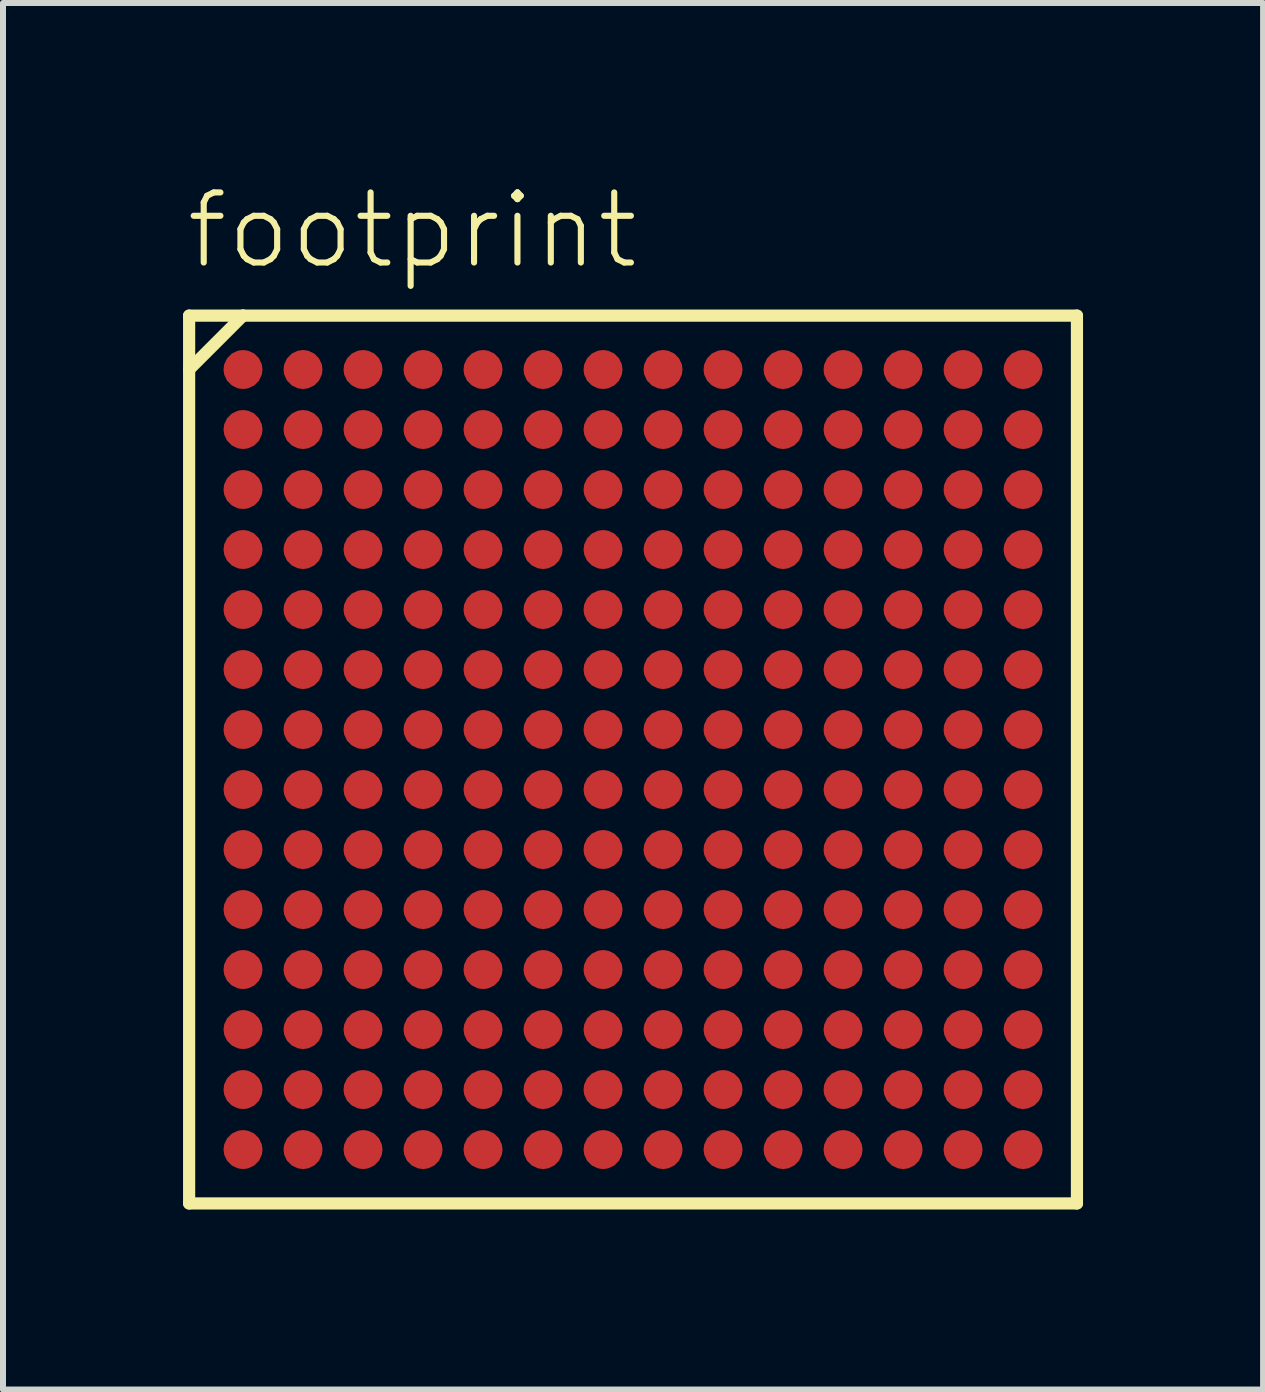
<source format=kicad_pcb>
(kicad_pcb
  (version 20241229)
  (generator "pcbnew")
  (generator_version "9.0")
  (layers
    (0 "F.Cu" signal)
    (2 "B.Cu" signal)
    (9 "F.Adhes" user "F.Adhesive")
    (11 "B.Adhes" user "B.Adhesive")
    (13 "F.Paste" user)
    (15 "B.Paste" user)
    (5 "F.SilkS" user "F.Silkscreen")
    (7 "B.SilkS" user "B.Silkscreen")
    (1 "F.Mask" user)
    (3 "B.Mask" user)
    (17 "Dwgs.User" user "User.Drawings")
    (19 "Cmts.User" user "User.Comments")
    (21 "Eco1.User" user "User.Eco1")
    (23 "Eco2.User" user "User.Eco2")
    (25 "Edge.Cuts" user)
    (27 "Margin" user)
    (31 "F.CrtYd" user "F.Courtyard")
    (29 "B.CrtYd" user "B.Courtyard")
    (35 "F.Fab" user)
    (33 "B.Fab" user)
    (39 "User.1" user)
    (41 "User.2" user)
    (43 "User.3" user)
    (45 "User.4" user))
  (footprint "footprint"
    (layer "F.Cu")
    (at 7.5 9.608)
    (property "Reference" "footprint" (at -7.5 -8.135 0) (layer "F.SilkS") (effects (font (size 1.168 1.168) (thickness 0.102)) (justify left bottom)))
    (fp_circle (center -6.5 -6.5) (end -6.338 -6.5) (stroke (width 0.325) (type solid)) (fill yes) (layer "F.Mask"))
    (fp_circle (center -6.5 -5.5) (end -6.338 -5.5) (stroke (width 0.325) (type solid)) (fill yes) (layer "F.Mask"))
    (fp_circle (center -6.5 -4.5) (end -6.338 -4.5) (stroke (width 0.325) (type solid)) (fill yes) (layer "F.Mask"))
    (fp_circle (center -6.5 -3.5) (end -6.338 -3.5) (stroke (width 0.325) (type solid)) (fill yes) (layer "F.Mask"))
    (fp_circle (center -6.5 -2.5) (end -6.338 -2.5) (stroke (width 0.325) (type solid)) (fill yes) (layer "F.Mask"))
    (fp_circle (center -6.5 -1.5) (end -6.338 -1.5) (stroke (width 0.325) (type solid)) (fill yes) (layer "F.Mask"))
    (fp_circle (center -6.5 -0.5) (end -6.338 -0.5) (stroke (width 0.325) (type solid)) (fill yes) (layer "F.Mask"))
    (fp_circle (center -6.5 0.5) (end -6.338 0.5) (stroke (width 0.325) (type solid)) (fill yes) (layer "F.Mask"))
    (fp_circle (center -6.5 1.5) (end -6.338 1.5) (stroke (width 0.325) (type solid)) (fill yes) (layer "F.Mask"))
    (fp_circle (center -6.5 2.5) (end -6.338 2.5) (stroke (width 0.325) (type solid)) (fill yes) (layer "F.Mask"))
    (fp_circle (center -6.5 3.5) (end -6.338 3.5) (stroke (width 0.325) (type solid)) (fill yes) (layer "F.Mask"))
    (fp_circle (center -6.5 4.5) (end -6.338 4.5) (stroke (width 0.325) (type solid)) (fill yes) (layer "F.Mask"))
    (fp_circle (center -6.5 5.5) (end -6.338 5.5) (stroke (width 0.325) (type solid)) (fill yes) (layer "F.Mask"))
    (fp_circle (center -6.5 6.5) (end -6.338 6.5) (stroke (width 0.325) (type solid)) (fill yes) (layer "F.Mask"))
    (fp_circle (center -5.5 -6.5) (end -5.338 -6.5) (stroke (width 0.325) (type solid)) (fill yes) (layer "F.Mask"))
    (fp_circle (center -5.5 -5.5) (end -5.338 -5.5) (stroke (width 0.325) (type solid)) (fill yes) (layer "F.Mask"))
    (fp_circle (center -5.5 -4.5) (end -5.338 -4.5) (stroke (width 0.325) (type solid)) (fill yes) (layer "F.Mask"))
    (fp_circle (center -5.5 -3.5) (end -5.338 -3.5) (stroke (width 0.325) (type solid)) (fill yes) (layer "F.Mask"))
    (fp_circle (center -5.5 -2.5) (end -5.338 -2.5) (stroke (width 0.325) (type solid)) (fill yes) (layer "F.Mask"))
    (fp_circle (center -5.5 -1.5) (end -5.338 -1.5) (stroke (width 0.325) (type solid)) (fill yes) (layer "F.Mask"))
    (fp_circle (center -5.5 -0.5) (end -5.338 -0.5) (stroke (width 0.325) (type solid)) (fill yes) (layer "F.Mask"))
    (fp_circle (center -5.5 0.5) (end -5.338 0.5) (stroke (width 0.325) (type solid)) (fill yes) (layer "F.Mask"))
    (fp_circle (center -5.5 1.5) (end -5.338 1.5) (stroke (width 0.325) (type solid)) (fill yes) (layer "F.Mask"))
    (fp_circle (center -5.5 2.5) (end -5.338 2.5) (stroke (width 0.325) (type solid)) (fill yes) (layer "F.Mask"))
    (fp_circle (center -5.5 3.5) (end -5.338 3.5) (stroke (width 0.325) (type solid)) (fill yes) (layer "F.Mask"))
    (fp_circle (center -5.5 4.5) (end -5.338 4.5) (stroke (width 0.325) (type solid)) (fill yes) (layer "F.Mask"))
    (fp_circle (center -5.5 5.5) (end -5.338 5.5) (stroke (width 0.325) (type solid)) (fill yes) (layer "F.Mask"))
    (fp_circle (center -5.5 6.5) (end -5.338 6.5) (stroke (width 0.325) (type solid)) (fill yes) (layer "F.Mask"))
    (fp_circle (center -4.5 -6.5) (end -4.338 -6.5) (stroke (width 0.325) (type solid)) (fill yes) (layer "F.Mask"))
    (fp_circle (center -4.5 -5.5) (end -4.338 -5.5) (stroke (width 0.325) (type solid)) (fill yes) (layer "F.Mask"))
    (fp_circle (center -4.5 -4.5) (end -4.338 -4.5) (stroke (width 0.325) (type solid)) (fill yes) (layer "F.Mask"))
    (fp_circle (center -4.5 -3.5) (end -4.338 -3.5) (stroke (width 0.325) (type solid)) (fill yes) (layer "F.Mask"))
    (fp_circle (center -4.5 -2.5) (end -4.338 -2.5) (stroke (width 0.325) (type solid)) (fill yes) (layer "F.Mask"))
    (fp_circle (center -4.5 -1.5) (end -4.338 -1.5) (stroke (width 0.325) (type solid)) (fill yes) (layer "F.Mask"))
    (fp_circle (center -4.5 -0.5) (end -4.338 -0.5) (stroke (width 0.325) (type solid)) (fill yes) (layer "F.Mask"))
    (fp_circle (center -4.5 0.5) (end -4.338 0.5) (stroke (width 0.325) (type solid)) (fill yes) (layer "F.Mask"))
    (fp_circle (center -4.5 1.5) (end -4.338 1.5) (stroke (width 0.325) (type solid)) (fill yes) (layer "F.Mask"))
    (fp_circle (center -4.5 2.5) (end -4.338 2.5) (stroke (width 0.325) (type solid)) (fill yes) (layer "F.Mask"))
    (fp_circle (center -4.5 3.5) (end -4.338 3.5) (stroke (width 0.325) (type solid)) (fill yes) (layer "F.Mask"))
    (fp_circle (center -4.5 4.5) (end -4.338 4.5) (stroke (width 0.325) (type solid)) (fill yes) (layer "F.Mask"))
    (fp_circle (center -4.5 5.5) (end -4.338 5.5) (stroke (width 0.325) (type solid)) (fill yes) (layer "F.Mask"))
    (fp_circle (center -4.5 6.5) (end -4.338 6.5) (stroke (width 0.325) (type solid)) (fill yes) (layer "F.Mask"))
    (fp_circle (center -3.5 -6.5) (end -3.337 -6.5) (stroke (width 0.325) (type solid)) (fill yes) (layer "F.Mask"))
    (fp_circle (center -3.5 -5.5) (end -3.337 -5.5) (stroke (width 0.325) (type solid)) (fill yes) (layer "F.Mask"))
    (fp_circle (center -3.5 -4.5) (end -3.337 -4.5) (stroke (width 0.325) (type solid)) (fill yes) (layer "F.Mask"))
    (fp_circle (center -3.5 -3.5) (end -3.337 -3.5) (stroke (width 0.325) (type solid)) (fill yes) (layer "F.Mask"))
    (fp_circle (center -3.5 -2.5) (end -3.337 -2.5) (stroke (width 0.325) (type solid)) (fill yes) (layer "F.Mask"))
    (fp_circle (center -3.5 -1.5) (end -3.337 -1.5) (stroke (width 0.325) (type solid)) (fill yes) (layer "F.Mask"))
    (fp_circle (center -3.5 -0.5) (end -3.337 -0.5) (stroke (width 0.325) (type solid)) (fill yes) (layer "F.Mask"))
    (fp_circle (center -3.5 0.5) (end -3.337 0.5) (stroke (width 0.325) (type solid)) (fill yes) (layer "F.Mask"))
    (fp_circle (center -3.5 1.5) (end -3.337 1.5) (stroke (width 0.325) (type solid)) (fill yes) (layer "F.Mask"))
    (fp_circle (center -3.5 2.5) (end -3.337 2.5) (stroke (width 0.325) (type solid)) (fill yes) (layer "F.Mask"))
    (fp_circle (center -3.5 3.5) (end -3.337 3.5) (stroke (width 0.325) (type solid)) (fill yes) (layer "F.Mask"))
    (fp_circle (center -3.5 4.5) (end -3.337 4.5) (stroke (width 0.325) (type solid)) (fill yes) (layer "F.Mask"))
    (fp_circle (center -3.5 5.5) (end -3.337 5.5) (stroke (width 0.325) (type solid)) (fill yes) (layer "F.Mask"))
    (fp_circle (center -3.5 6.5) (end -3.337 6.5) (stroke (width 0.325) (type solid)) (fill yes) (layer "F.Mask"))
    (fp_circle (center -2.5 -6.5) (end -2.337 -6.5) (stroke (width 0.325) (type solid)) (fill yes) (layer "F.Mask"))
    (fp_circle (center -2.5 -5.5) (end -2.337 -5.5) (stroke (width 0.325) (type solid)) (fill yes) (layer "F.Mask"))
    (fp_circle (center -2.5 -4.5) (end -2.337 -4.5) (stroke (width 0.325) (type solid)) (fill yes) (layer "F.Mask"))
    (fp_circle (center -2.5 -3.5) (end -2.337 -3.5) (stroke (width 0.325) (type solid)) (fill yes) (layer "F.Mask"))
    (fp_circle (center -2.5 -2.5) (end -2.337 -2.5) (stroke (width 0.325) (type solid)) (fill yes) (layer "F.Mask"))
    (fp_circle (center -2.5 -1.5) (end -2.337 -1.5) (stroke (width 0.325) (type solid)) (fill yes) (layer "F.Mask"))
    (fp_circle (center -2.5 -0.5) (end -2.337 -0.5) (stroke (width 0.325) (type solid)) (fill yes) (layer "F.Mask"))
    (fp_circle (center -2.5 0.5) (end -2.337 0.5) (stroke (width 0.325) (type solid)) (fill yes) (layer "F.Mask"))
    (fp_circle (center -2.5 1.5) (end -2.337 1.5) (stroke (width 0.325) (type solid)) (fill yes) (layer "F.Mask"))
    (fp_circle (center -2.5 2.5) (end -2.337 2.5) (stroke (width 0.325) (type solid)) (fill yes) (layer "F.Mask"))
    (fp_circle (center -2.5 3.5) (end -2.337 3.5) (stroke (width 0.325) (type solid)) (fill yes) (layer "F.Mask"))
    (fp_circle (center -2.5 4.5) (end -2.337 4.5) (stroke (width 0.325) (type solid)) (fill yes) (layer "F.Mask"))
    (fp_circle (center -2.5 5.5) (end -2.337 5.5) (stroke (width 0.325) (type solid)) (fill yes) (layer "F.Mask"))
    (fp_circle (center -2.5 6.5) (end -2.337 6.5) (stroke (width 0.325) (type solid)) (fill yes) (layer "F.Mask"))
    (fp_circle (center -1.5 -6.5) (end -1.337 -6.5) (stroke (width 0.325) (type solid)) (fill yes) (layer "F.Mask"))
    (fp_circle (center -1.5 -5.5) (end -1.337 -5.5) (stroke (width 0.325) (type solid)) (fill yes) (layer "F.Mask"))
    (fp_circle (center -1.5 -4.5) (end -1.337 -4.5) (stroke (width 0.325) (type solid)) (fill yes) (layer "F.Mask"))
    (fp_circle (center -1.5 -3.5) (end -1.337 -3.5) (stroke (width 0.325) (type solid)) (fill yes) (layer "F.Mask"))
    (fp_circle (center -1.5 -2.5) (end -1.337 -2.5) (stroke (width 0.325) (type solid)) (fill yes) (layer "F.Mask"))
    (fp_circle (center -1.5 -1.5) (end -1.337 -1.5) (stroke (width 0.325) (type solid)) (fill yes) (layer "F.Mask"))
    (fp_circle (center -1.5 -0.5) (end -1.337 -0.5) (stroke (width 0.325) (type solid)) (fill yes) (layer "F.Mask"))
    (fp_circle (center -1.5 0.5) (end -1.337 0.5) (stroke (width 0.325) (type solid)) (fill yes) (layer "F.Mask"))
    (fp_circle (center -1.5 1.5) (end -1.337 1.5) (stroke (width 0.325) (type solid)) (fill yes) (layer "F.Mask"))
    (fp_circle (center -1.5 2.5) (end -1.337 2.5) (stroke (width 0.325) (type solid)) (fill yes) (layer "F.Mask"))
    (fp_circle (center -1.5 3.5) (end -1.337 3.5) (stroke (width 0.325) (type solid)) (fill yes) (layer "F.Mask"))
    (fp_circle (center -1.5 4.5) (end -1.337 4.5) (stroke (width 0.325) (type solid)) (fill yes) (layer "F.Mask"))
    (fp_circle (center -1.5 5.5) (end -1.337 5.5) (stroke (width 0.325) (type solid)) (fill yes) (layer "F.Mask"))
    (fp_circle (center -1.5 6.5) (end -1.337 6.5) (stroke (width 0.325) (type solid)) (fill yes) (layer "F.Mask"))
    (fp_circle (center -0.5 -6.5) (end -0.338 -6.5) (stroke (width 0.325) (type solid)) (fill yes) (layer "F.Mask"))
    (fp_circle (center -0.5 -5.5) (end -0.338 -5.5) (stroke (width 0.325) (type solid)) (fill yes) (layer "F.Mask"))
    (fp_circle (center -0.5 -4.5) (end -0.338 -4.5) (stroke (width 0.325) (type solid)) (fill yes) (layer "F.Mask"))
    (fp_circle (center -0.5 -3.5) (end -0.338 -3.5) (stroke (width 0.325) (type solid)) (fill yes) (layer "F.Mask"))
    (fp_circle (center -0.5 -2.5) (end -0.338 -2.5) (stroke (width 0.325) (type solid)) (fill yes) (layer "F.Mask"))
    (fp_circle (center -0.5 -1.5) (end -0.338 -1.5) (stroke (width 0.325) (type solid)) (fill yes) (layer "F.Mask"))
    (fp_circle (center -0.5 -0.5) (end -0.338 -0.5) (stroke (width 0.325) (type solid)) (fill yes) (layer "F.Mask"))
    (fp_circle (center -0.5 0.5) (end -0.338 0.5) (stroke (width 0.325) (type solid)) (fill yes) (layer "F.Mask"))
    (fp_circle (center -0.5 1.5) (end -0.338 1.5) (stroke (width 0.325) (type solid)) (fill yes) (layer "F.Mask"))
    (fp_circle (center -0.5 2.5) (end -0.338 2.5) (stroke (width 0.325) (type solid)) (fill yes) (layer "F.Mask"))
    (fp_circle (center -0.5 3.5) (end -0.338 3.5) (stroke (width 0.325) (type solid)) (fill yes) (layer "F.Mask"))
    (fp_circle (center -0.5 4.5) (end -0.338 4.5) (stroke (width 0.325) (type solid)) (fill yes) (layer "F.Mask"))
    (fp_circle (center -0.5 5.5) (end -0.338 5.5) (stroke (width 0.325) (type solid)) (fill yes) (layer "F.Mask"))
    (fp_circle (center -0.5 6.5) (end -0.338 6.5) (stroke (width 0.325) (type solid)) (fill yes) (layer "F.Mask"))
    (fp_circle (center 0.5 -6.5) (end 0.662 -6.5) (stroke (width 0.325) (type solid)) (fill yes) (layer "F.Mask"))
    (fp_circle (center 0.5 -5.5) (end 0.662 -5.5) (stroke (width 0.325) (type solid)) (fill yes) (layer "F.Mask"))
    (fp_circle (center 0.5 -4.5) (end 0.662 -4.5) (stroke (width 0.325) (type solid)) (fill yes) (layer "F.Mask"))
    (fp_circle (center 0.5 -3.5) (end 0.662 -3.5) (stroke (width 0.325) (type solid)) (fill yes) (layer "F.Mask"))
    (fp_circle (center 0.5 -2.5) (end 0.662 -2.5) (stroke (width 0.325) (type solid)) (fill yes) (layer "F.Mask"))
    (fp_circle (center 0.5 -1.5) (end 0.662 -1.5) (stroke (width 0.325) (type solid)) (fill yes) (layer "F.Mask"))
    (fp_circle (center 0.5 -0.5) (end 0.662 -0.5) (stroke (width 0.325) (type solid)) (fill yes) (layer "F.Mask"))
    (fp_circle (center 0.5 0.5) (end 0.662 0.5) (stroke (width 0.325) (type solid)) (fill yes) (layer "F.Mask"))
    (fp_circle (center 0.5 1.5) (end 0.662 1.5) (stroke (width 0.325) (type solid)) (fill yes) (layer "F.Mask"))
    (fp_circle (center 0.5 2.5) (end 0.662 2.5) (stroke (width 0.325) (type solid)) (fill yes) (layer "F.Mask"))
    (fp_circle (center 0.5 3.5) (end 0.662 3.5) (stroke (width 0.325) (type solid)) (fill yes) (layer "F.Mask"))
    (fp_circle (center 0.5 4.5) (end 0.662 4.5) (stroke (width 0.325) (type solid)) (fill yes) (layer "F.Mask"))
    (fp_circle (center 0.5 5.5) (end 0.662 5.5) (stroke (width 0.325) (type solid)) (fill yes) (layer "F.Mask"))
    (fp_circle (center 0.5 6.5) (end 0.662 6.5) (stroke (width 0.325) (type solid)) (fill yes) (layer "F.Mask"))
    (fp_circle (center 1.5 -6.5) (end 1.663 -6.5) (stroke (width 0.325) (type solid)) (fill yes) (layer "F.Mask"))
    (fp_circle (center 1.5 -5.5) (end 1.663 -5.5) (stroke (width 0.325) (type solid)) (fill yes) (layer "F.Mask"))
    (fp_circle (center 1.5 -4.5) (end 1.663 -4.5) (stroke (width 0.325) (type solid)) (fill yes) (layer "F.Mask"))
    (fp_circle (center 1.5 -3.5) (end 1.663 -3.5) (stroke (width 0.325) (type solid)) (fill yes) (layer "F.Mask"))
    (fp_circle (center 1.5 -2.5) (end 1.663 -2.5) (stroke (width 0.325) (type solid)) (fill yes) (layer "F.Mask"))
    (fp_circle (center 1.5 -1.5) (end 1.663 -1.5) (stroke (width 0.325) (type solid)) (fill yes) (layer "F.Mask"))
    (fp_circle (center 1.5 -0.5) (end 1.663 -0.5) (stroke (width 0.325) (type solid)) (fill yes) (layer "F.Mask"))
    (fp_circle (center 1.5 0.5) (end 1.663 0.5) (stroke (width 0.325) (type solid)) (fill yes) (layer "F.Mask"))
    (fp_circle (center 1.5 1.5) (end 1.663 1.5) (stroke (width 0.325) (type solid)) (fill yes) (layer "F.Mask"))
    (fp_circle (center 1.5 2.5) (end 1.663 2.5) (stroke (width 0.325) (type solid)) (fill yes) (layer "F.Mask"))
    (fp_circle (center 1.5 3.5) (end 1.663 3.5) (stroke (width 0.325) (type solid)) (fill yes) (layer "F.Mask"))
    (fp_circle (center 1.5 4.5) (end 1.663 4.5) (stroke (width 0.325) (type solid)) (fill yes) (layer "F.Mask"))
    (fp_circle (center 1.5 5.5) (end 1.663 5.5) (stroke (width 0.325) (type solid)) (fill yes) (layer "F.Mask"))
    (fp_circle (center 1.5 6.5) (end 1.663 6.5) (stroke (width 0.325) (type solid)) (fill yes) (layer "F.Mask"))
    (fp_circle (center 2.5 -6.5) (end 2.663 -6.5) (stroke (width 0.325) (type solid)) (fill yes) (layer "F.Mask"))
    (fp_circle (center 2.5 -5.5) (end 2.663 -5.5) (stroke (width 0.325) (type solid)) (fill yes) (layer "F.Mask"))
    (fp_circle (center 2.5 -4.5) (end 2.663 -4.5) (stroke (width 0.325) (type solid)) (fill yes) (layer "F.Mask"))
    (fp_circle (center 2.5 -3.5) (end 2.663 -3.5) (stroke (width 0.325) (type solid)) (fill yes) (layer "F.Mask"))
    (fp_circle (center 2.5 -2.5) (end 2.663 -2.5) (stroke (width 0.325) (type solid)) (fill yes) (layer "F.Mask"))
    (fp_circle (center 2.5 -1.5) (end 2.663 -1.5) (stroke (width 0.325) (type solid)) (fill yes) (layer "F.Mask"))
    (fp_circle (center 2.5 -0.5) (end 2.663 -0.5) (stroke (width 0.325) (type solid)) (fill yes) (layer "F.Mask"))
    (fp_circle (center 2.5 0.5) (end 2.663 0.5) (stroke (width 0.325) (type solid)) (fill yes) (layer "F.Mask"))
    (fp_circle (center 2.5 1.5) (end 2.663 1.5) (stroke (width 0.325) (type solid)) (fill yes) (layer "F.Mask"))
    (fp_circle (center 2.5 2.5) (end 2.663 2.5) (stroke (width 0.325) (type solid)) (fill yes) (layer "F.Mask"))
    (fp_circle (center 2.5 3.5) (end 2.663 3.5) (stroke (width 0.325) (type solid)) (fill yes) (layer "F.Mask"))
    (fp_circle (center 2.5 4.5) (end 2.663 4.5) (stroke (width 0.325) (type solid)) (fill yes) (layer "F.Mask"))
    (fp_circle (center 2.5 5.5) (end 2.663 5.5) (stroke (width 0.325) (type solid)) (fill yes) (layer "F.Mask"))
    (fp_circle (center 2.5 6.5) (end 2.663 6.5) (stroke (width 0.325) (type solid)) (fill yes) (layer "F.Mask"))
    (fp_circle (center 3.5 -6.5) (end 3.663 -6.5) (stroke (width 0.325) (type solid)) (fill yes) (layer "F.Mask"))
    (fp_circle (center 3.5 -5.5) (end 3.663 -5.5) (stroke (width 0.325) (type solid)) (fill yes) (layer "F.Mask"))
    (fp_circle (center 3.5 -4.5) (end 3.663 -4.5) (stroke (width 0.325) (type solid)) (fill yes) (layer "F.Mask"))
    (fp_circle (center 3.5 -3.5) (end 3.663 -3.5) (stroke (width 0.325) (type solid)) (fill yes) (layer "F.Mask"))
    (fp_circle (center 3.5 -2.5) (end 3.663 -2.5) (stroke (width 0.325) (type solid)) (fill yes) (layer "F.Mask"))
    (fp_circle (center 3.5 -1.5) (end 3.663 -1.5) (stroke (width 0.325) (type solid)) (fill yes) (layer "F.Mask"))
    (fp_circle (center 3.5 -0.5) (end 3.663 -0.5) (stroke (width 0.325) (type solid)) (fill yes) (layer "F.Mask"))
    (fp_circle (center 3.5 0.5) (end 3.663 0.5) (stroke (width 0.325) (type solid)) (fill yes) (layer "F.Mask"))
    (fp_circle (center 3.5 1.5) (end 3.663 1.5) (stroke (width 0.325) (type solid)) (fill yes) (layer "F.Mask"))
    (fp_circle (center 3.5 2.5) (end 3.663 2.5) (stroke (width 0.325) (type solid)) (fill yes) (layer "F.Mask"))
    (fp_circle (center 3.5 3.5) (end 3.663 3.5) (stroke (width 0.325) (type solid)) (fill yes) (layer "F.Mask"))
    (fp_circle (center 3.5 4.5) (end 3.663 4.5) (stroke (width 0.325) (type solid)) (fill yes) (layer "F.Mask"))
    (fp_circle (center 3.5 5.5) (end 3.663 5.5) (stroke (width 0.325) (type solid)) (fill yes) (layer "F.Mask"))
    (fp_circle (center 3.5 6.5) (end 3.663 6.5) (stroke (width 0.325) (type solid)) (fill yes) (layer "F.Mask"))
    (fp_circle (center 4.5 -6.5) (end 4.662 -6.5) (stroke (width 0.325) (type solid)) (fill yes) (layer "F.Mask"))
    (fp_circle (center 4.5 -5.5) (end 4.662 -5.5) (stroke (width 0.325) (type solid)) (fill yes) (layer "F.Mask"))
    (fp_circle (center 4.5 -4.5) (end 4.662 -4.5) (stroke (width 0.325) (type solid)) (fill yes) (layer "F.Mask"))
    (fp_circle (center 4.5 -3.5) (end 4.662 -3.5) (stroke (width 0.325) (type solid)) (fill yes) (layer "F.Mask"))
    (fp_circle (center 4.5 -2.5) (end 4.662 -2.5) (stroke (width 0.325) (type solid)) (fill yes) (layer "F.Mask"))
    (fp_circle (center 4.5 -1.5) (end 4.662 -1.5) (stroke (width 0.325) (type solid)) (fill yes) (layer "F.Mask"))
    (fp_circle (center 4.5 -0.5) (end 4.662 -0.5) (stroke (width 0.325) (type solid)) (fill yes) (layer "F.Mask"))
    (fp_circle (center 4.5 0.5) (end 4.662 0.5) (stroke (width 0.325) (type solid)) (fill yes) (layer "F.Mask"))
    (fp_circle (center 4.5 1.5) (end 4.662 1.5) (stroke (width 0.325) (type solid)) (fill yes) (layer "F.Mask"))
    (fp_circle (center 4.5 2.5) (end 4.662 2.5) (stroke (width 0.325) (type solid)) (fill yes) (layer "F.Mask"))
    (fp_circle (center 4.5 3.5) (end 4.662 3.5) (stroke (width 0.325) (type solid)) (fill yes) (layer "F.Mask"))
    (fp_circle (center 4.5 4.5) (end 4.662 4.5) (stroke (width 0.325) (type solid)) (fill yes) (layer "F.Mask"))
    (fp_circle (center 4.5 5.5) (end 4.662 5.5) (stroke (width 0.325) (type solid)) (fill yes) (layer "F.Mask"))
    (fp_circle (center 4.5 6.5) (end 4.662 6.5) (stroke (width 0.325) (type solid)) (fill yes) (layer "F.Mask"))
    (fp_circle (center 5.5 -6.5) (end 5.662 -6.5) (stroke (width 0.325) (type solid)) (fill yes) (layer "F.Mask"))
    (fp_circle (center 5.5 -5.5) (end 5.662 -5.5) (stroke (width 0.325) (type solid)) (fill yes) (layer "F.Mask"))
    (fp_circle (center 5.5 -4.5) (end 5.662 -4.5) (stroke (width 0.325) (type solid)) (fill yes) (layer "F.Mask"))
    (fp_circle (center 5.5 -3.5) (end 5.662 -3.5) (stroke (width 0.325) (type solid)) (fill yes) (layer "F.Mask"))
    (fp_circle (center 5.5 -2.5) (end 5.662 -2.5) (stroke (width 0.325) (type solid)) (fill yes) (layer "F.Mask"))
    (fp_circle (center 5.5 -1.5) (end 5.662 -1.5) (stroke (width 0.325) (type solid)) (fill yes) (layer "F.Mask"))
    (fp_circle (center 5.5 -0.5) (end 5.662 -0.5) (stroke (width 0.325) (type solid)) (fill yes) (layer "F.Mask"))
    (fp_circle (center 5.5 0.5) (end 5.662 0.5) (stroke (width 0.325) (type solid)) (fill yes) (layer "F.Mask"))
    (fp_circle (center 5.5 1.5) (end 5.662 1.5) (stroke (width 0.325) (type solid)) (fill yes) (layer "F.Mask"))
    (fp_circle (center 5.5 2.5) (end 5.662 2.5) (stroke (width 0.325) (type solid)) (fill yes) (layer "F.Mask"))
    (fp_circle (center 5.5 3.5) (end 5.662 3.5) (stroke (width 0.325) (type solid)) (fill yes) (layer "F.Mask"))
    (fp_circle (center 5.5 4.5) (end 5.662 4.5) (stroke (width 0.325) (type solid)) (fill yes) (layer "F.Mask"))
    (fp_circle (center 5.5 5.5) (end 5.662 5.5) (stroke (width 0.325) (type solid)) (fill yes) (layer "F.Mask"))
    (fp_circle (center 5.5 6.5) (end 5.662 6.5) (stroke (width 0.325) (type solid)) (fill yes) (layer "F.Mask"))
    (fp_circle (center 6.5 -6.5) (end 6.662 -6.5) (stroke (width 0.325) (type solid)) (fill yes) (layer "F.Mask"))
    (fp_circle (center 6.5 -5.5) (end 6.662 -5.5) (stroke (width 0.325) (type solid)) (fill yes) (layer "F.Mask"))
    (fp_circle (center 6.5 -4.5) (end 6.662 -4.5) (stroke (width 0.325) (type solid)) (fill yes) (layer "F.Mask"))
    (fp_circle (center 6.5 -3.5) (end 6.662 -3.5) (stroke (width 0.325) (type solid)) (fill yes) (layer "F.Mask"))
    (fp_circle (center 6.5 -2.5) (end 6.662 -2.5) (stroke (width 0.325) (type solid)) (fill yes) (layer "F.Mask"))
    (fp_circle (center 6.5 -1.5) (end 6.662 -1.5) (stroke (width 0.325) (type solid)) (fill yes) (layer "F.Mask"))
    (fp_circle (center 6.5 -0.5) (end 6.662 -0.5) (stroke (width 0.325) (type solid)) (fill yes) (layer "F.Mask"))
    (fp_circle (center 6.5 0.5) (end 6.662 0.5) (stroke (width 0.325) (type solid)) (fill yes) (layer "F.Mask"))
    (fp_circle (center 6.5 1.5) (end 6.662 1.5) (stroke (width 0.325) (type solid)) (fill yes) (layer "F.Mask"))
    (fp_circle (center 6.5 2.5) (end 6.662 2.5) (stroke (width 0.325) (type solid)) (fill yes) (layer "F.Mask"))
    (fp_circle (center 6.5 3.5) (end 6.662 3.5) (stroke (width 0.325) (type solid)) (fill yes) (layer "F.Mask"))
    (fp_circle (center 6.5 4.5) (end 6.662 4.5) (stroke (width 0.325) (type solid)) (fill yes) (layer "F.Mask"))
    (fp_circle (center 6.5 5.5) (end 6.662 5.5) (stroke (width 0.325) (type solid)) (fill yes) (layer "F.Mask"))
    (fp_circle (center 6.5 6.5) (end 6.662 6.5) (stroke (width 0.325) (type solid)) (fill yes) (layer "F.Mask"))
    (fp_line (start -7.398 -7.398) (end -7.398 -6.5) (stroke (width 0.203) (type solid)) (layer "F.SilkS"))
    (fp_line (start -7.398 -6.5) (end -7.398 7.398) (stroke (width 0.203) (type solid)) (layer "F.SilkS"))
    (fp_line (start -7.398 -6.5) (end -6.5 -7.398) (stroke (width 0.203) (type solid)) (layer "F.SilkS"))
    (fp_line (start -7.398 7.398) (end 7.398 7.398) (stroke (width 0.203) (type solid)) (layer "F.SilkS"))
    (fp_line (start -6.5 -7.398) (end -7.398 -7.398) (stroke (width 0.203) (type solid)) (layer "F.SilkS"))
    (fp_line (start 7.398 -7.398) (end -6.5 -7.398) (stroke (width 0.203) (type solid)) (layer "F.SilkS"))
    (fp_line (start 7.398 7.398) (end 7.398 -7.398) (stroke (width 0.203) (type solid)) (layer "F.SilkS"))
    (pad "A1" smd roundrect (at -6.5 -6.5) (size 0.65 0.65) (layers "F.Cu") (roundrect_rratio 0.5))
    (pad "A2" smd roundrect (at -5.5 -6.5) (size 0.65 0.65) (layers "F.Cu") (roundrect_rratio 0.5))
    (pad "A3" smd roundrect (at -4.5 -6.5) (size 0.65 0.65) (layers "F.Cu") (roundrect_rratio 0.5))
    (pad "A4" smd roundrect (at -3.5 -6.5) (size 0.65 0.65) (layers "F.Cu") (roundrect_rratio 0.5))
    (pad "A5" smd roundrect (at -2.5 -6.5) (size 0.65 0.65) (layers "F.Cu") (roundrect_rratio 0.5))
    (pad "A6" smd roundrect (at -1.5 -6.5) (size 0.65 0.65) (layers "F.Cu") (roundrect_rratio 0.5))
    (pad "A7" smd roundrect (at -0.5 -6.5) (size 0.65 0.65) (layers "F.Cu") (roundrect_rratio 0.5))
    (pad "A8" smd roundrect (at 0.5 -6.5) (size 0.65 0.65) (layers "F.Cu") (roundrect_rratio 0.5))
    (pad "A9" smd roundrect (at 1.5 -6.5) (size 0.65 0.65) (layers "F.Cu") (roundrect_rratio 0.5))
    (pad "A10" smd roundrect (at 2.5 -6.5) (size 0.65 0.65) (layers "F.Cu") (roundrect_rratio 0.5))
    (pad "A11" smd roundrect (at 3.5 -6.5) (size 0.65 0.65) (layers "F.Cu") (roundrect_rratio 0.5))
    (pad "A12" smd roundrect (at 4.5 -6.5) (size 0.65 0.65) (layers "F.Cu") (roundrect_rratio 0.5))
    (pad "A13" smd roundrect (at 5.5 -6.5) (size 0.65 0.65) (layers "F.Cu") (roundrect_rratio 0.5))
    (pad "A14" smd roundrect (at 6.5 -6.5) (size 0.65 0.65) (layers "F.Cu") (roundrect_rratio 0.5))
    (pad "B1" smd roundrect (at -6.5 -5.5) (size 0.65 0.65) (layers "F.Cu") (roundrect_rratio 0.5))
    (pad "B2" smd roundrect (at -5.5 -5.5) (size 0.65 0.65) (layers "F.Cu") (roundrect_rratio 0.5))
    (pad "B3" smd roundrect (at -4.5 -5.5) (size 0.65 0.65) (layers "F.Cu") (roundrect_rratio 0.5))
    (pad "B4" smd roundrect (at -3.5 -5.5) (size 0.65 0.65) (layers "F.Cu") (roundrect_rratio 0.5))
    (pad "B5" smd roundrect (at -2.5 -5.5) (size 0.65 0.65) (layers "F.Cu") (roundrect_rratio 0.5))
    (pad "B6" smd roundrect (at -1.5 -5.5) (size 0.65 0.65) (layers "F.Cu") (roundrect_rratio 0.5))
    (pad "B7" smd roundrect (at -0.5 -5.5) (size 0.65 0.65) (layers "F.Cu") (roundrect_rratio 0.5))
    (pad "B8" smd roundrect (at 0.5 -5.5) (size 0.65 0.65) (layers "F.Cu") (roundrect_rratio 0.5))
    (pad "B9" smd roundrect (at 1.5 -5.5) (size 0.65 0.65) (layers "F.Cu") (roundrect_rratio 0.5))
    (pad "B10" smd roundrect (at 2.5 -5.5) (size 0.65 0.65) (layers "F.Cu") (roundrect_rratio 0.5))
    (pad "B11" smd roundrect (at 3.5 -5.5) (size 0.65 0.65) (layers "F.Cu") (roundrect_rratio 0.5))
    (pad "B12" smd roundrect (at 4.5 -5.5) (size 0.65 0.65) (layers "F.Cu") (roundrect_rratio 0.5))
    (pad "B13" smd roundrect (at 5.5 -5.5) (size 0.65 0.65) (layers "F.Cu") (roundrect_rratio 0.5))
    (pad "B14" smd roundrect (at 6.5 -5.5) (size 0.65 0.65) (layers "F.Cu") (roundrect_rratio 0.5))
    (pad "C1" smd roundrect (at -6.5 -4.5) (size 0.65 0.65) (layers "F.Cu") (roundrect_rratio 0.5))
    (pad "C2" smd roundrect (at -5.5 -4.5) (size 0.65 0.65) (layers "F.Cu") (roundrect_rratio 0.5))
    (pad "C3" smd roundrect (at -4.5 -4.5) (size 0.65 0.65) (layers "F.Cu") (roundrect_rratio 0.5))
    (pad "C4" smd roundrect (at -3.5 -4.5) (size 0.65 0.65) (layers "F.Cu") (roundrect_rratio 0.5))
    (pad "C5" smd roundrect (at -2.5 -4.5) (size 0.65 0.65) (layers "F.Cu") (roundrect_rratio 0.5))
    (pad "C6" smd roundrect (at -1.5 -4.5) (size 0.65 0.65) (layers "F.Cu") (roundrect_rratio 0.5))
    (pad "C7" smd roundrect (at -0.5 -4.5) (size 0.65 0.65) (layers "F.Cu") (roundrect_rratio 0.5))
    (pad "C8" smd roundrect (at 0.5 -4.5) (size 0.65 0.65) (layers "F.Cu") (roundrect_rratio 0.5))
    (pad "C9" smd roundrect (at 1.5 -4.5) (size 0.65 0.65) (layers "F.Cu") (roundrect_rratio 0.5))
    (pad "C10" smd roundrect (at 2.5 -4.5) (size 0.65 0.65) (layers "F.Cu") (roundrect_rratio 0.5))
    (pad "C11" smd roundrect (at 3.5 -4.5) (size 0.65 0.65) (layers "F.Cu") (roundrect_rratio 0.5))
    (pad "C12" smd roundrect (at 4.5 -4.5) (size 0.65 0.65) (layers "F.Cu") (roundrect_rratio 0.5))
    (pad "C13" smd roundrect (at 5.5 -4.5) (size 0.65 0.65) (layers "F.Cu") (roundrect_rratio 0.5))
    (pad "C14" smd roundrect (at 6.5 -4.5) (size 0.65 0.65) (layers "F.Cu") (roundrect_rratio 0.5))
    (pad "D1" smd roundrect (at -6.5 -3.5) (size 0.65 0.65) (layers "F.Cu") (roundrect_rratio 0.5))
    (pad "D2" smd roundrect (at -5.5 -3.5) (size 0.65 0.65) (layers "F.Cu") (roundrect_rratio 0.5))
    (pad "D3" smd roundrect (at -4.5 -3.5) (size 0.65 0.65) (layers "F.Cu") (roundrect_rratio 0.5))
    (pad "D4" smd roundrect (at -3.5 -3.5) (size 0.65 0.65) (layers "F.Cu") (roundrect_rratio 0.5))
    (pad "D5" smd roundrect (at -2.5 -3.5) (size 0.65 0.65) (layers "F.Cu") (roundrect_rratio 0.5))
    (pad "D6" smd roundrect (at -1.5 -3.5) (size 0.65 0.65) (layers "F.Cu") (roundrect_rratio 0.5))
    (pad "D7" smd roundrect (at -0.5 -3.5) (size 0.65 0.65) (layers "F.Cu") (roundrect_rratio 0.5))
    (pad "D8" smd roundrect (at 0.5 -3.5) (size 0.65 0.65) (layers "F.Cu") (roundrect_rratio 0.5))
    (pad "D9" smd roundrect (at 1.5 -3.5) (size 0.65 0.65) (layers "F.Cu") (roundrect_rratio 0.5))
    (pad "D10" smd roundrect (at 2.5 -3.5) (size 0.65 0.65) (layers "F.Cu") (roundrect_rratio 0.5))
    (pad "D11" smd roundrect (at 3.5 -3.5) (size 0.65 0.65) (layers "F.Cu") (roundrect_rratio 0.5))
    (pad "D12" smd roundrect (at 4.5 -3.5) (size 0.65 0.65) (layers "F.Cu") (roundrect_rratio 0.5))
    (pad "D13" smd roundrect (at 5.5 -3.5) (size 0.65 0.65) (layers "F.Cu") (roundrect_rratio 0.5))
    (pad "D14" smd roundrect (at 6.5 -3.5) (size 0.65 0.65) (layers "F.Cu") (roundrect_rratio 0.5))
    (pad "E1" smd roundrect (at -6.5 -2.5) (size 0.65 0.65) (layers "F.Cu") (roundrect_rratio 0.5))
    (pad "E2" smd roundrect (at -5.5 -2.5) (size 0.65 0.65) (layers "F.Cu") (roundrect_rratio 0.5))
    (pad "E3" smd roundrect (at -4.5 -2.5) (size 0.65 0.65) (layers "F.Cu") (roundrect_rratio 0.5))
    (pad "E4" smd roundrect (at -3.5 -2.5) (size 0.65 0.65) (layers "F.Cu") (roundrect_rratio 0.5))
    (pad "E5" smd roundrect (at -2.5 -2.5) (size 0.65 0.65) (layers "F.Cu") (roundrect_rratio 0.5))
    (pad "E6" smd roundrect (at -1.5 -2.5) (size 0.65 0.65) (layers "F.Cu") (roundrect_rratio 0.5))
    (pad "E7" smd roundrect (at -0.5 -2.5) (size 0.65 0.65) (layers "F.Cu") (roundrect_rratio 0.5))
    (pad "E8" smd roundrect (at 0.5 -2.5) (size 0.65 0.65) (layers "F.Cu") (roundrect_rratio 0.5))
    (pad "E9" smd roundrect (at 1.5 -2.5) (size 0.65 0.65) (layers "F.Cu") (roundrect_rratio 0.5))
    (pad "E10" smd roundrect (at 2.5 -2.5) (size 0.65 0.65) (layers "F.Cu") (roundrect_rratio 0.5))
    (pad "E11" smd roundrect (at 3.5 -2.5) (size 0.65 0.65) (layers "F.Cu") (roundrect_rratio 0.5))
    (pad "E12" smd roundrect (at 4.5 -2.5) (size 0.65 0.65) (layers "F.Cu") (roundrect_rratio 0.5))
    (pad "E13" smd roundrect (at 5.5 -2.5) (size 0.65 0.65) (layers "F.Cu") (roundrect_rratio 0.5))
    (pad "E14" smd roundrect (at 6.5 -2.5) (size 0.65 0.65) (layers "F.Cu") (roundrect_rratio 0.5))
    (pad "F1" smd roundrect (at -6.5 -1.5) (size 0.65 0.65) (layers "F.Cu") (roundrect_rratio 0.5))
    (pad "F2" smd roundrect (at -5.5 -1.5) (size 0.65 0.65) (layers "F.Cu") (roundrect_rratio 0.5))
    (pad "F3" smd roundrect (at -4.5 -1.5) (size 0.65 0.65) (layers "F.Cu") (roundrect_rratio 0.5))
    (pad "F4" smd roundrect (at -3.5 -1.5) (size 0.65 0.65) (layers "F.Cu") (roundrect_rratio 0.5))
    (pad "F5" smd roundrect (at -2.5 -1.5) (size 0.65 0.65) (layers "F.Cu") (roundrect_rratio 0.5))
    (pad "F6" smd roundrect (at -1.5 -1.5) (size 0.65 0.65) (layers "F.Cu") (roundrect_rratio 0.5))
    (pad "F7" smd roundrect (at -0.5 -1.5) (size 0.65 0.65) (layers "F.Cu") (roundrect_rratio 0.5))
    (pad "F8" smd roundrect (at 0.5 -1.5) (size 0.65 0.65) (layers "F.Cu") (roundrect_rratio 0.5))
    (pad "F9" smd roundrect (at 1.5 -1.5) (size 0.65 0.65) (layers "F.Cu") (roundrect_rratio 0.5))
    (pad "F10" smd roundrect (at 2.5 -1.5) (size 0.65 0.65) (layers "F.Cu") (roundrect_rratio 0.5))
    (pad "F11" smd roundrect (at 3.5 -1.5) (size 0.65 0.65) (layers "F.Cu") (roundrect_rratio 0.5))
    (pad "F12" smd roundrect (at 4.5 -1.5) (size 0.65 0.65) (layers "F.Cu") (roundrect_rratio 0.5))
    (pad "F13" smd roundrect (at 5.5 -1.5) (size 0.65 0.65) (layers "F.Cu") (roundrect_rratio 0.5))
    (pad "F14" smd roundrect (at 6.5 -1.5) (size 0.65 0.65) (layers "F.Cu") (roundrect_rratio 0.5))
    (pad "G1" smd roundrect (at -6.5 -0.5) (size 0.65 0.65) (layers "F.Cu") (roundrect_rratio 0.5))
    (pad "G2" smd roundrect (at -5.5 -0.5) (size 0.65 0.65) (layers "F.Cu") (roundrect_rratio 0.5))
    (pad "G3" smd roundrect (at -4.5 -0.5) (size 0.65 0.65) (layers "F.Cu") (roundrect_rratio 0.5))
    (pad "G4" smd roundrect (at -3.5 -0.5) (size 0.65 0.65) (layers "F.Cu") (roundrect_rratio 0.5))
    (pad "G5" smd roundrect (at -2.5 -0.5) (size 0.65 0.65) (layers "F.Cu") (roundrect_rratio 0.5))
    (pad "G6" smd roundrect (at -1.5 -0.5) (size 0.65 0.65) (layers "F.Cu") (roundrect_rratio 0.5))
    (pad "G7" smd roundrect (at -0.5 -0.5) (size 0.65 0.65) (layers "F.Cu") (roundrect_rratio 0.5))
    (pad "G8" smd roundrect (at 0.5 -0.5) (size 0.65 0.65) (layers "F.Cu") (roundrect_rratio 0.5))
    (pad "G9" smd roundrect (at 1.5 -0.5) (size 0.65 0.65) (layers "F.Cu") (roundrect_rratio 0.5))
    (pad "G10" smd roundrect (at 2.5 -0.5) (size 0.65 0.65) (layers "F.Cu") (roundrect_rratio 0.5))
    (pad "G11" smd roundrect (at 3.5 -0.5) (size 0.65 0.65) (layers "F.Cu") (roundrect_rratio 0.5))
    (pad "G12" smd roundrect (at 4.5 -0.5) (size 0.65 0.65) (layers "F.Cu") (roundrect_rratio 0.5))
    (pad "G13" smd roundrect (at 5.5 -0.5) (size 0.65 0.65) (layers "F.Cu") (roundrect_rratio 0.5))
    (pad "G14" smd roundrect (at 6.5 -0.5) (size 0.65 0.65) (layers "F.Cu") (roundrect_rratio 0.5))
    (pad "H1" smd roundrect (at -6.5 0.5) (size 0.65 0.65) (layers "F.Cu") (roundrect_rratio 0.5))
    (pad "H2" smd roundrect (at -5.5 0.5) (size 0.65 0.65) (layers "F.Cu") (roundrect_rratio 0.5))
    (pad "H3" smd roundrect (at -4.5 0.5) (size 0.65 0.65) (layers "F.Cu") (roundrect_rratio 0.5))
    (pad "H4" smd roundrect (at -3.5 0.5) (size 0.65 0.65) (layers "F.Cu") (roundrect_rratio 0.5))
    (pad "H5" smd roundrect (at -2.5 0.5) (size 0.65 0.65) (layers "F.Cu") (roundrect_rratio 0.5))
    (pad "H6" smd roundrect (at -1.5 0.5) (size 0.65 0.65) (layers "F.Cu") (roundrect_rratio 0.5))
    (pad "H7" smd roundrect (at -0.5 0.5) (size 0.65 0.65) (layers "F.Cu") (roundrect_rratio 0.5))
    (pad "H8" smd roundrect (at 0.5 0.5) (size 0.65 0.65) (layers "F.Cu") (roundrect_rratio 0.5))
    (pad "H9" smd roundrect (at 1.5 0.5) (size 0.65 0.65) (layers "F.Cu") (roundrect_rratio 0.5))
    (pad "H10" smd roundrect (at 2.5 0.5) (size 0.65 0.65) (layers "F.Cu") (roundrect_rratio 0.5))
    (pad "H11" smd roundrect (at 3.5 0.5) (size 0.65 0.65) (layers "F.Cu") (roundrect_rratio 0.5))
    (pad "H12" smd roundrect (at 4.5 0.5) (size 0.65 0.65) (layers "F.Cu") (roundrect_rratio 0.5))
    (pad "H13" smd roundrect (at 5.5 0.5) (size 0.65 0.65) (layers "F.Cu") (roundrect_rratio 0.5))
    (pad "H14" smd roundrect (at 6.5 0.5) (size 0.65 0.65) (layers "F.Cu") (roundrect_rratio 0.5))
    (pad "J1" smd roundrect (at -6.5 1.5) (size 0.65 0.65) (layers "F.Cu") (roundrect_rratio 0.5))
    (pad "J2" smd roundrect (at -5.5 1.5) (size 0.65 0.65) (layers "F.Cu") (roundrect_rratio 0.5))
    (pad "J3" smd roundrect (at -4.5 1.5) (size 0.65 0.65) (layers "F.Cu") (roundrect_rratio 0.5))
    (pad "J4" smd roundrect (at -3.5 1.5) (size 0.65 0.65) (layers "F.Cu") (roundrect_rratio 0.5))
    (pad "J5" smd roundrect (at -2.5 1.5) (size 0.65 0.65) (layers "F.Cu") (roundrect_rratio 0.5))
    (pad "J6" smd roundrect (at -1.5 1.5) (size 0.65 0.65) (layers "F.Cu") (roundrect_rratio 0.5))
    (pad "J7" smd roundrect (at -0.5 1.5) (size 0.65 0.65) (layers "F.Cu") (roundrect_rratio 0.5))
    (pad "J8" smd roundrect (at 0.5 1.5) (size 0.65 0.65) (layers "F.Cu") (roundrect_rratio 0.5))
    (pad "J9" smd roundrect (at 1.5 1.5) (size 0.65 0.65) (layers "F.Cu") (roundrect_rratio 0.5))
    (pad "J10" smd roundrect (at 2.5 1.5) (size 0.65 0.65) (layers "F.Cu") (roundrect_rratio 0.5))
    (pad "J11" smd roundrect (at 3.5 1.5) (size 0.65 0.65) (layers "F.Cu") (roundrect_rratio 0.5))
    (pad "J12" smd roundrect (at 4.5 1.5) (size 0.65 0.65) (layers "F.Cu") (roundrect_rratio 0.5))
    (pad "J13" smd roundrect (at 5.5 1.5) (size 0.65 0.65) (layers "F.Cu") (roundrect_rratio 0.5))
    (pad "J14" smd roundrect (at 6.5 1.5) (size 0.65 0.65) (layers "F.Cu") (roundrect_rratio 0.5))
    (pad "K1" smd roundrect (at -6.5 2.5) (size 0.65 0.65) (layers "F.Cu") (roundrect_rratio 0.5))
    (pad "K2" smd roundrect (at -5.5 2.5) (size 0.65 0.65) (layers "F.Cu") (roundrect_rratio 0.5))
    (pad "K3" smd roundrect (at -4.5 2.5) (size 0.65 0.65) (layers "F.Cu") (roundrect_rratio 0.5))
    (pad "K4" smd roundrect (at -3.5 2.5) (size 0.65 0.65) (layers "F.Cu") (roundrect_rratio 0.5))
    (pad "K5" smd roundrect (at -2.5 2.5) (size 0.65 0.65) (layers "F.Cu") (roundrect_rratio 0.5))
    (pad "K6" smd roundrect (at -1.5 2.5) (size 0.65 0.65) (layers "F.Cu") (roundrect_rratio 0.5))
    (pad "K7" smd roundrect (at -0.5 2.5) (size 0.65 0.65) (layers "F.Cu") (roundrect_rratio 0.5))
    (pad "K8" smd roundrect (at 0.5 2.5) (size 0.65 0.65) (layers "F.Cu") (roundrect_rratio 0.5))
    (pad "K9" smd roundrect (at 1.5 2.5) (size 0.65 0.65) (layers "F.Cu") (roundrect_rratio 0.5))
    (pad "K10" smd roundrect (at 2.5 2.5) (size 0.65 0.65) (layers "F.Cu") (roundrect_rratio 0.5))
    (pad "K11" smd roundrect (at 3.5 2.5) (size 0.65 0.65) (layers "F.Cu") (roundrect_rratio 0.5))
    (pad "K12" smd roundrect (at 4.5 2.5) (size 0.65 0.65) (layers "F.Cu") (roundrect_rratio 0.5))
    (pad "K13" smd roundrect (at 5.5 2.5) (size 0.65 0.65) (layers "F.Cu") (roundrect_rratio 0.5))
    (pad "K14" smd roundrect (at 6.5 2.5) (size 0.65 0.65) (layers "F.Cu") (roundrect_rratio 0.5))
    (pad "L1" smd roundrect (at -6.5 3.5) (size 0.65 0.65) (layers "F.Cu") (roundrect_rratio 0.5))
    (pad "L2" smd roundrect (at -5.5 3.5) (size 0.65 0.65) (layers "F.Cu") (roundrect_rratio 0.5))
    (pad "L3" smd roundrect (at -4.5 3.5) (size 0.65 0.65) (layers "F.Cu") (roundrect_rratio 0.5))
    (pad "L4" smd roundrect (at -3.5 3.5) (size 0.65 0.65) (layers "F.Cu") (roundrect_rratio 0.5))
    (pad "L5" smd roundrect (at -2.5 3.5) (size 0.65 0.65) (layers "F.Cu") (roundrect_rratio 0.5))
    (pad "L6" smd roundrect (at -1.5 3.5) (size 0.65 0.65) (layers "F.Cu") (roundrect_rratio 0.5))
    (pad "L7" smd roundrect (at -0.5 3.5) (size 0.65 0.65) (layers "F.Cu") (roundrect_rratio 0.5))
    (pad "L8" smd roundrect (at 0.5 3.5) (size 0.65 0.65) (layers "F.Cu") (roundrect_rratio 0.5))
    (pad "L9," smd roundrect (at 1.5 3.5) (size 0.65 0.65) (layers "F.Cu") (roundrect_rratio 0.5))
    (pad "L10" smd roundrect (at 2.5 3.5) (size 0.65 0.65) (layers "F.Cu") (roundrect_rratio 0.5))
    (pad "L11" smd roundrect (at 3.5 3.5) (size 0.65 0.65) (layers "F.Cu") (roundrect_rratio 0.5))
    (pad "L12" smd roundrect (at 4.5 3.5) (size 0.65 0.65) (layers "F.Cu") (roundrect_rratio 0.5))
    (pad "L13" smd roundrect (at 5.5 3.5) (size 0.65 0.65) (layers "F.Cu") (roundrect_rratio 0.5))
    (pad "L14" smd roundrect (at 6.5 3.5) (size 0.65 0.65) (layers "F.Cu") (roundrect_rratio 0.5))
    (pad "M1" smd roundrect (at -6.5 4.5) (size 0.65 0.65) (layers "F.Cu") (roundrect_rratio 0.5))
    (pad "M2" smd roundrect (at -5.5 4.5) (size 0.65 0.65) (layers "F.Cu") (roundrect_rratio 0.5))
    (pad "M3" smd roundrect (at -4.5 4.5) (size 0.65 0.65) (layers "F.Cu") (roundrect_rratio 0.5))
    (pad "M4" smd roundrect (at -3.5 4.5) (size 0.65 0.65) (layers "F.Cu") (roundrect_rratio 0.5))
    (pad "M5" smd roundrect (at -2.5 4.5) (size 0.65 0.65) (layers "F.Cu") (roundrect_rratio 0.5))
    (pad "M6" smd roundrect (at -1.5 4.5) (size 0.65 0.65) (layers "F.Cu") (roundrect_rratio 0.5))
    (pad "M7" smd roundrect (at -0.5 4.5) (size 0.65 0.65) (layers "F.Cu") (roundrect_rratio 0.5))
    (pad "M8" smd roundrect (at 0.5 4.5) (size 0.65 0.65) (layers "F.Cu") (roundrect_rratio 0.5))
    (pad "M9" smd roundrect (at 1.5 4.5) (size 0.65 0.65) (layers "F.Cu") (roundrect_rratio 0.5))
    (pad "M10" smd roundrect (at 2.5 4.5) (size 0.65 0.65) (layers "F.Cu") (roundrect_rratio 0.5))
    (pad "M11" smd roundrect (at 3.5 4.5) (size 0.65 0.65) (layers "F.Cu") (roundrect_rratio 0.5))
    (pad "M12" smd roundrect (at 4.5 4.5) (size 0.65 0.65) (layers "F.Cu") (roundrect_rratio 0.5))
    (pad "M13" smd roundrect (at 5.5 4.5) (size 0.65 0.65) (layers "F.Cu") (roundrect_rratio 0.5))
    (pad "M14" smd roundrect (at 6.5 4.5) (size 0.65 0.65) (layers "F.Cu") (roundrect_rratio 0.5))
    (pad "N1" smd roundrect (at -6.5 5.5) (size 0.65 0.65) (layers "F.Cu") (roundrect_rratio 0.5))
    (pad "N2" smd roundrect (at -5.5 5.5) (size 0.65 0.65) (layers "F.Cu") (roundrect_rratio 0.5))
    (pad "N3" smd roundrect (at -4.5 5.5) (size 0.65 0.65) (layers "F.Cu") (roundrect_rratio 0.5))
    (pad "N4" smd roundrect (at -3.5 5.5) (size 0.65 0.65) (layers "F.Cu") (roundrect_rratio 0.5))
    (pad "N5" smd roundrect (at -2.5 5.5) (size 0.65 0.65) (layers "F.Cu") (roundrect_rratio 0.5))
    (pad "N6" smd roundrect (at -1.5 5.5) (size 0.65 0.65) (layers "F.Cu") (roundrect_rratio 0.5))
    (pad "N7" smd roundrect (at -0.5 5.5) (size 0.65 0.65) (layers "F.Cu") (roundrect_rratio 0.5))
    (pad "N8" smd roundrect (at 0.5 5.5) (size 0.65 0.65) (layers "F.Cu") (roundrect_rratio 0.5))
    (pad "N9" smd roundrect (at 1.5 5.5) (size 0.65 0.65) (layers "F.Cu") (roundrect_rratio 0.5))
    (pad "N10" smd roundrect (at 2.5 5.5) (size 0.65 0.65) (layers "F.Cu") (roundrect_rratio 0.5))
    (pad "N11" smd roundrect (at 3.5 5.5) (size 0.65 0.65) (layers "F.Cu") (roundrect_rratio 0.5))
    (pad "N12" smd roundrect (at 4.5 5.5) (size 0.65 0.65) (layers "F.Cu") (roundrect_rratio 0.5))
    (pad "N13" smd roundrect (at 5.5 5.5) (size 0.65 0.65) (layers "F.Cu") (roundrect_rratio 0.5))
    (pad "N14" smd roundrect (at 6.5 5.5) (size 0.65 0.65) (layers "F.Cu") (roundrect_rratio 0.5))
    (pad "P1" smd roundrect (at -6.5 6.5) (size 0.65 0.65) (layers "F.Cu") (roundrect_rratio 0.5))
    (pad "P2" smd roundrect (at -5.5 6.5) (size 0.65 0.65) (layers "F.Cu") (roundrect_rratio 0.5))
    (pad "P3" smd roundrect (at -4.5 6.5) (size 0.65 0.65) (layers "F.Cu") (roundrect_rratio 0.5))
    (pad "P4" smd roundrect (at -3.5 6.5) (size 0.65 0.65) (layers "F.Cu") (roundrect_rratio 0.5))
    (pad "P5" smd roundrect (at -2.5 6.5) (size 0.65 0.65) (layers "F.Cu") (roundrect_rratio 0.5))
    (pad "P6" smd roundrect (at -1.5 6.5) (size 0.65 0.65) (layers "F.Cu") (roundrect_rratio 0.5))
    (pad "P7" smd roundrect (at -0.5 6.5) (size 0.65 0.65) (layers "F.Cu") (roundrect_rratio 0.5))
    (pad "P8" smd roundrect (at 0.5 6.5) (size 0.65 0.65) (layers "F.Cu") (roundrect_rratio 0.5))
    (pad "P9" smd roundrect (at 1.5 6.5) (size 0.65 0.65) (layers "F.Cu") (roundrect_rratio 0.5))
    (pad "P10" smd roundrect (at 2.5 6.5) (size 0.65 0.65) (layers "F.Cu") (roundrect_rratio 0.5))
    (pad "P11" smd roundrect (at 3.5 6.5) (size 0.65 0.65) (layers "F.Cu") (roundrect_rratio 0.5))
    (pad "P12" smd roundrect (at 4.5 6.5) (size 0.65 0.65) (layers "F.Cu") (roundrect_rratio 0.5))
    (pad "P13" smd roundrect (at 5.5 6.5) (size 0.65 0.65) (layers "F.Cu") (roundrect_rratio 0.5))
    (pad "P14" smd roundrect (at 6.5 6.5) (size 0.65 0.65) (layers "F.Cu") (roundrect_rratio 0.5)))
  (gr_rect
    (start -3 -3)
    (end 18 20.108)
    (stroke (width 0.1) (type default))
    (fill no)
    (layer "Edge.Cuts")))
</source>
